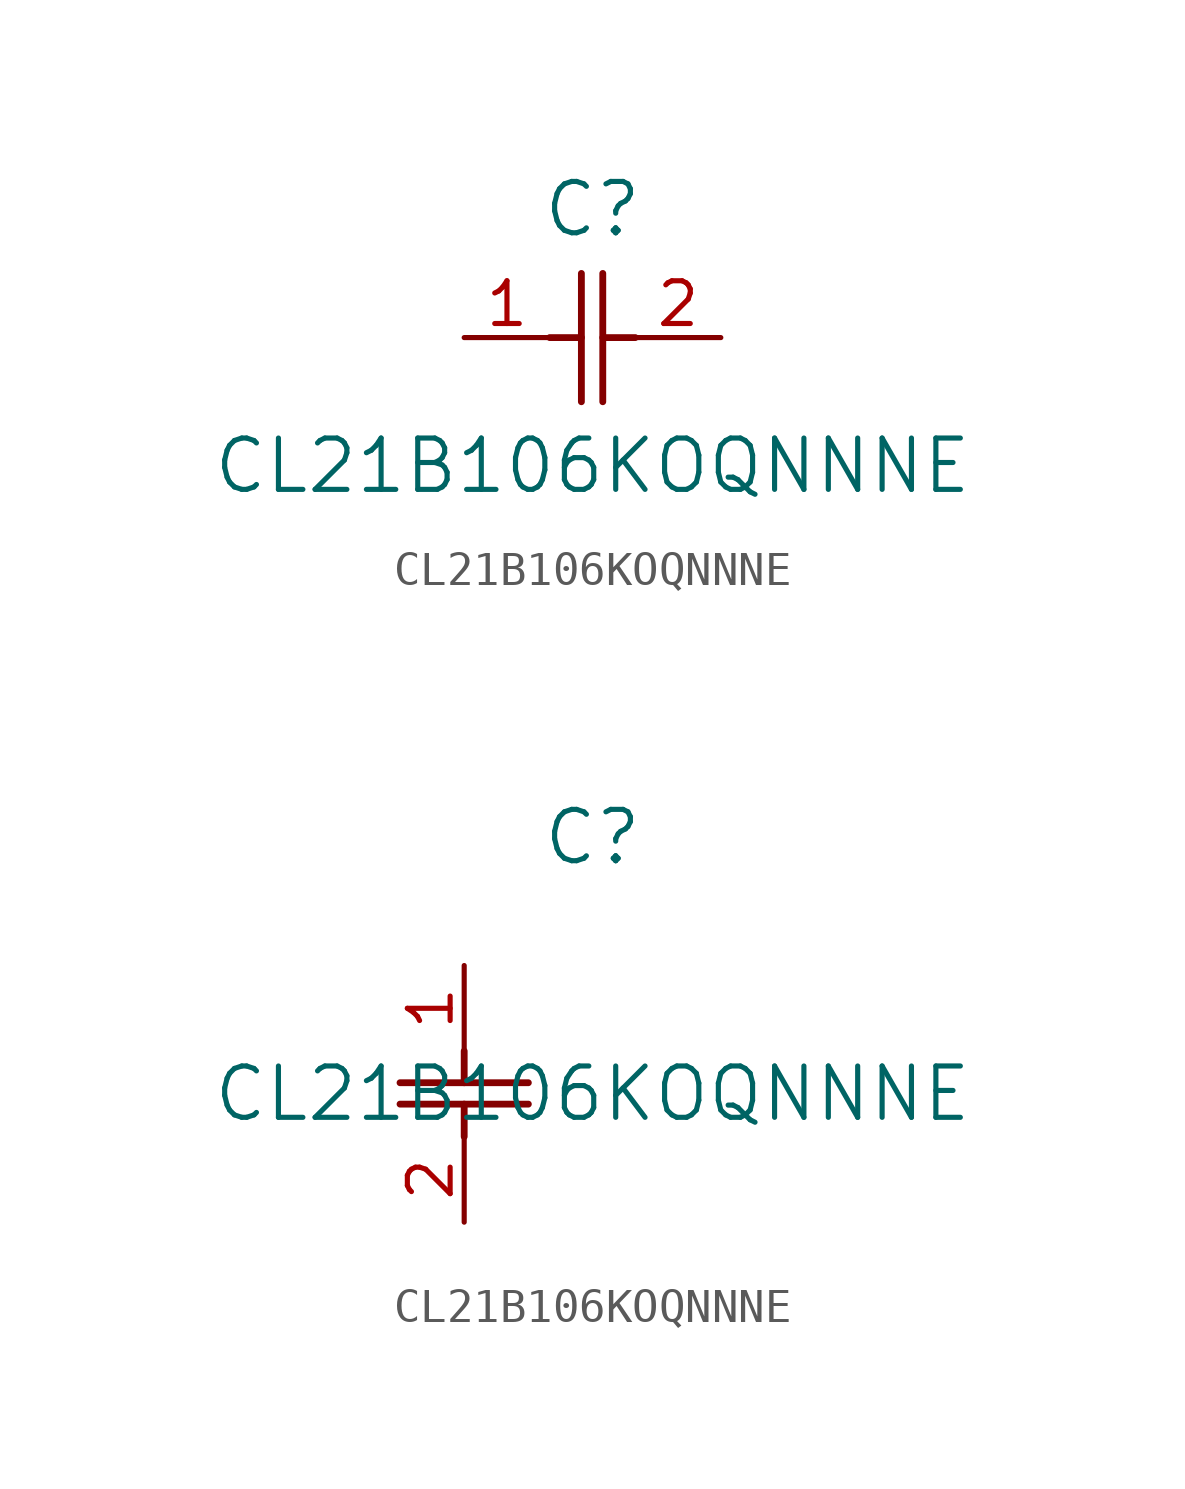
<source format=kicad_sym>
(kicad_symbol_lib
  (version 20211014)
  (generator kicad_symbol_editor)
  (symbol "CL21B106KOQNNNE"
    (pin_names
      (offset 0.254))
    (property "Reference" "C"
      (at 3.81 3.81 0)
      (effects (font (size 1.524 1.524))))
    (property "Value" "CL21B106KOQNNNE"
      (at 3.81 -3.81 0)
      (effects (font (size 1.524 1.524))))
    (symbol "CL21B106KOQNNNE_1_1"
      (polyline (pts (xy 3.48 -1.905) (xy 3.48 1.905)) (stroke (width 0.203) (type default) (color 0 0 0 0)) (fill (type none)))
      (polyline (pts (xy 4.115 -1.905) (xy 4.115 1.905)) (stroke (width 0.203) (type default) (color 0 0 0 0)) (fill (type none)))
      (polyline (pts (xy 4.115 0) (xy 5.08 0)) (stroke (width 0.203) (type default) (color 0 0 0 0)) (fill (type none)))
      (polyline (pts (xy 2.54 0) (xy 3.48 0)) (stroke (width 0.203) (type default) (color 0 0 0 0)) (fill (type none)))
      (pin unspecified line (at 0 0 0) (length 2.54) (name "" (effects (font (size 1.27 1.27)))) (number "1" (effects (font (size 1.27 1.27)))))
      (pin unspecified line (at 7.62 0 180) (length 2.54) (name "" (effects (font (size 1.27 1.27)))) (number "2" (effects (font (size 1.27 1.27))))))
    (symbol "CL21B106KOQNNNE_1_2"
      (polyline (pts (xy -1.905 -3.48) (xy 1.905 -3.48)) (stroke (width 0.203) (type default) (color 0 0 0 0)) (fill (type none)))
      (polyline (pts (xy -1.905 -4.115) (xy 1.905 -4.115)) (stroke (width 0.203) (type default) (color 0 0 0 0)) (fill (type none)))
      (polyline (pts (xy 0 -4.115) (xy 0 -5.08)) (stroke (width 0.203) (type default) (color 0 0 0 0)) (fill (type none)))
      (polyline (pts (xy 0 -2.54) (xy 0 -3.48)) (stroke (width 0.203) (type default) (color 0 0 0 0)) (fill (type none)))
      (pin unspecified line (at 0 0 270) (length 2.54) (name "" (effects (font (size 1.27 1.27)))) (number "1" (effects (font (size 1.27 1.27)))))
      (pin unspecified line (at 0 -7.62 90) (length 2.54) (name "" (effects (font (size 1.27 1.27)))) (number "2" (effects (font (size 1.27 1.27))))))))
</source>
